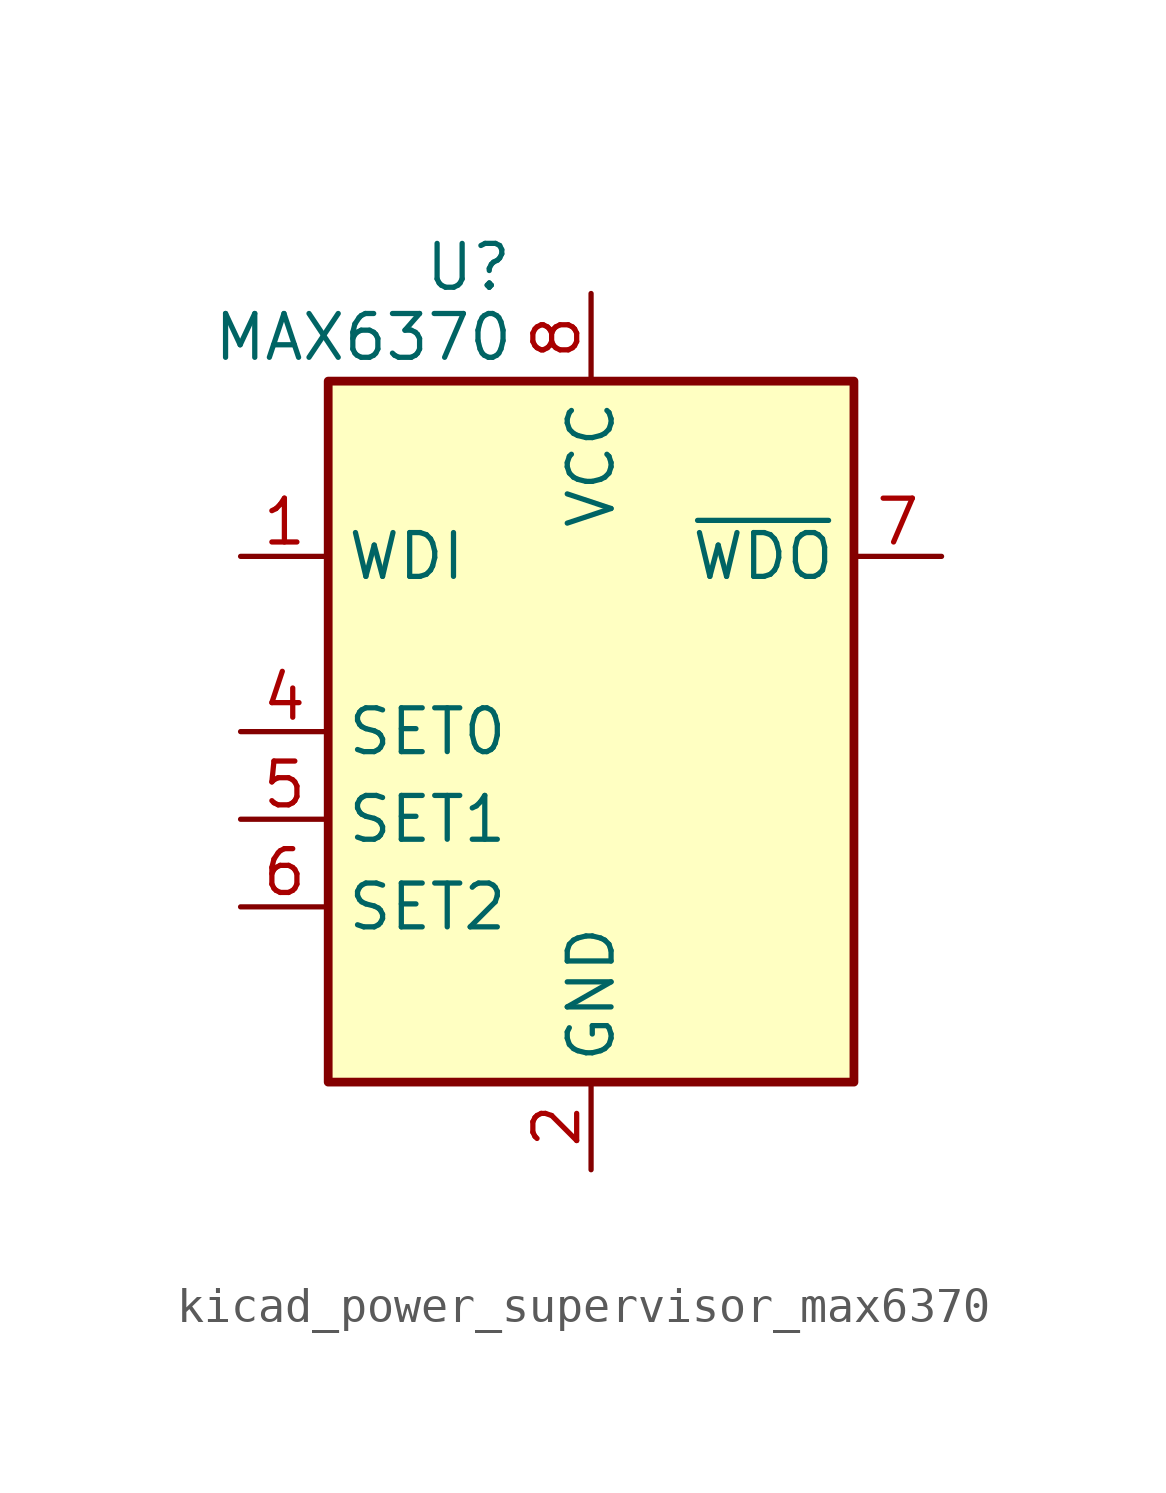
<source format=kicad_sym>
(kicad_symbol_lib
  (version 20220914)
  (generator kicad_symbol_editor)
  (symbol "kicad_power_supervisor_max6370"
    (property "Reference" "U"
      (at -3.556 13.462 0)
      (effects (font (size 1.27 1.27))))
    (property "Value" "MAX6370"
      (at -6.604 11.43 0)
      (effects (font (size 1.27 1.27))))
    (symbol "kicad_power_supervisor_max6370_0_1"
      (rectangle (start -7.62 10.16) (end 7.62 -10.16) (stroke (width 0.254) (type default)) (fill (type background))))
    (symbol "kicad_power_supervisor_max6370_1_1"
      (pin input line (at -10.16 5.08 0) (length 2.54) (name "WDI" (effects (font (size 1.27 1.27)))) (number "1" (effects (font (size 1.27 1.27)))))
      (pin power_in line (at 0 -12.7 90) (length 2.54) (name "GND" (effects (font (size 1.27 1.27)))) (number "2" (effects (font (size 1.27 1.27)))))
      (pin no_connect line (at 7.62 -5.08 180) (length 2.54) hide (name "NC" (effects (font (size 1.27 1.27)))) (number "3" (effects (font (size 1.27 1.27)))))
      (pin input line (at -10.16 0 0) (length 2.54) (name "SET0" (effects (font (size 1.27 1.27)))) (number "4" (effects (font (size 1.27 1.27)))))
      (pin input line (at -10.16 -2.54 0) (length 2.54) (name "SET1" (effects (font (size 1.27 1.27)))) (number "5" (effects (font (size 1.27 1.27)))))
      (pin input line (at -10.16 -5.08 0) (length 2.54) (name "SET2" (effects (font (size 1.27 1.27)))) (number "6" (effects (font (size 1.27 1.27)))))
      (pin output line (at 10.16 5.08 180) (length 2.54) (name "~{WDO}" (effects (font (size 1.27 1.27)))) (number "7" (effects (font (size 1.27 1.27)))))
      (pin power_in line (at 0 12.7 270) (length 2.54) (name "VCC" (effects (font (size 1.27 1.27)))) (number "8" (effects (font (size 1.27 1.27))))))))
</source>
